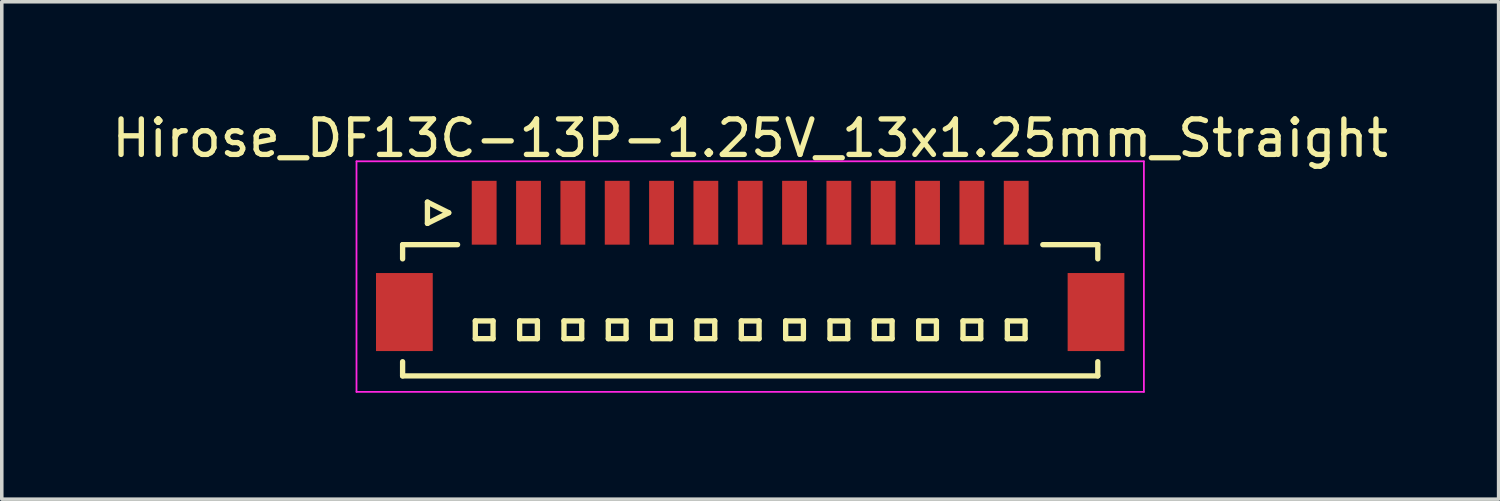
<source format=kicad_pcb>
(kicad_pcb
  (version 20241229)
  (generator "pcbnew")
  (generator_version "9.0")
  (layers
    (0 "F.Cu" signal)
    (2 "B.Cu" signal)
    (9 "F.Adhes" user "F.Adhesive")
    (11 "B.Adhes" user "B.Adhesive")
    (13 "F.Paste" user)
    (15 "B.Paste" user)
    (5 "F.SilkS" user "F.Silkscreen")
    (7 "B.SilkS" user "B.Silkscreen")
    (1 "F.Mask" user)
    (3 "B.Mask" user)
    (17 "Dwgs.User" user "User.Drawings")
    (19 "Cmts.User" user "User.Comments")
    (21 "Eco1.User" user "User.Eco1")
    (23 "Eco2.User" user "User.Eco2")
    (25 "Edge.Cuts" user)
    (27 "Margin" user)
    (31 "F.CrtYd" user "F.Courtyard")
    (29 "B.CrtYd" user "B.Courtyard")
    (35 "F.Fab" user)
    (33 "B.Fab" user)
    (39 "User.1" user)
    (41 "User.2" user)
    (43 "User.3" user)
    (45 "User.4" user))
  (footprint "Hirose_DF13C-13P-1.25V_13x1.25mm_Straight"
    (layer "F.Cu")
    (at 18.101 4.348)
    (property "Reference" "Hirose_DF13C-13P-1.25V_13x1.25mm_Straight" (at 0 -3.5 0) (layer "F.SilkS") (effects (font (size 1 1) (thickness 0.15))))
    (attr smd)
    (fp_line (start -9.8 -0.5) (end -9.8 -0.1) (stroke (width 0.15) (type solid)) (layer "F.SilkS"))
    (fp_line (start -9.8 -0.5) (end -8.25 -0.5) (stroke (width 0.15) (type solid)) (layer "F.SilkS"))
    (fp_line (start -9.8 3.2) (end -9.8 2.8) (stroke (width 0.15) (type solid)) (layer "F.SilkS"))
    (fp_line (start -9.8 3.2) (end 9.8 3.2) (stroke (width 0.15) (type solid)) (layer "F.SilkS"))
    (fp_line (start -9.1 -1.7) (end -9.1 -1.1) (stroke (width 0.15) (type solid)) (layer "F.SilkS"))
    (fp_line (start -9.1 -1.1) (end -8.5 -1.4) (stroke (width 0.15) (type solid)) (layer "F.SilkS"))
    (fp_line (start -8.5 -1.4) (end -9.1 -1.7) (stroke (width 0.15) (type solid)) (layer "F.SilkS"))
    (fp_line (start -7.75 1.65) (end -7.75 2.15) (stroke (width 0.15) (type solid)) (layer "F.SilkS"))
    (fp_line (start -7.75 2.15) (end -7.25 2.15) (stroke (width 0.15) (type solid)) (layer "F.SilkS"))
    (fp_line (start -7.25 1.65) (end -7.75 1.65) (stroke (width 0.15) (type solid)) (layer "F.SilkS"))
    (fp_line (start -7.25 2.15) (end -7.25 1.65) (stroke (width 0.15) (type solid)) (layer "F.SilkS"))
    (fp_line (start -6.5 1.65) (end -6.5 2.15) (stroke (width 0.15) (type solid)) (layer "F.SilkS"))
    (fp_line (start -6.5 2.15) (end -6 2.15) (stroke (width 0.15) (type solid)) (layer "F.SilkS"))
    (fp_line (start -6 1.65) (end -6.5 1.65) (stroke (width 0.15) (type solid)) (layer "F.SilkS"))
    (fp_line (start -6 2.15) (end -6 1.65) (stroke (width 0.15) (type solid)) (layer "F.SilkS"))
    (fp_line (start -5.25 1.65) (end -5.25 2.15) (stroke (width 0.15) (type solid)) (layer "F.SilkS"))
    (fp_line (start -5.25 2.15) (end -4.75 2.15) (stroke (width 0.15) (type solid)) (layer "F.SilkS"))
    (fp_line (start -4.75 1.65) (end -5.25 1.65) (stroke (width 0.15) (type solid)) (layer "F.SilkS"))
    (fp_line (start -4.75 2.15) (end -4.75 1.65) (stroke (width 0.15) (type solid)) (layer "F.SilkS"))
    (fp_line (start -4 1.65) (end -4 2.15) (stroke (width 0.15) (type solid)) (layer "F.SilkS"))
    (fp_line (start -4 2.15) (end -3.5 2.15) (stroke (width 0.15) (type solid)) (layer "F.SilkS"))
    (fp_line (start -3.5 1.65) (end -4 1.65) (stroke (width 0.15) (type solid)) (layer "F.SilkS"))
    (fp_line (start -3.5 2.15) (end -3.5 1.65) (stroke (width 0.15) (type solid)) (layer "F.SilkS"))
    (fp_line (start -2.75 1.65) (end -2.75 2.15) (stroke (width 0.15) (type solid)) (layer "F.SilkS"))
    (fp_line (start -2.75 2.15) (end -2.25 2.15) (stroke (width 0.15) (type solid)) (layer "F.SilkS"))
    (fp_line (start -2.25 1.65) (end -2.75 1.65) (stroke (width 0.15) (type solid)) (layer "F.SilkS"))
    (fp_line (start -2.25 2.15) (end -2.25 1.65) (stroke (width 0.15) (type solid)) (layer "F.SilkS"))
    (fp_line (start -1.5 1.65) (end -1.5 2.15) (stroke (width 0.15) (type solid)) (layer "F.SilkS"))
    (fp_line (start -1.5 2.15) (end -1 2.15) (stroke (width 0.15) (type solid)) (layer "F.SilkS"))
    (fp_line (start -1 1.65) (end -1.5 1.65) (stroke (width 0.15) (type solid)) (layer "F.SilkS"))
    (fp_line (start -1 2.15) (end -1 1.65) (stroke (width 0.15) (type solid)) (layer "F.SilkS"))
    (fp_line (start -0.25 1.65) (end -0.25 2.15) (stroke (width 0.15) (type solid)) (layer "F.SilkS"))
    (fp_line (start -0.25 2.15) (end 0.25 2.15) (stroke (width 0.15) (type solid)) (layer "F.SilkS"))
    (fp_line (start 0.25 1.65) (end -0.25 1.65) (stroke (width 0.15) (type solid)) (layer "F.SilkS"))
    (fp_line (start 0.25 2.15) (end 0.25 1.65) (stroke (width 0.15) (type solid)) (layer "F.SilkS"))
    (fp_line (start 1 1.65) (end 1 2.15) (stroke (width 0.15) (type solid)) (layer "F.SilkS"))
    (fp_line (start 1 2.15) (end 1.5 2.15) (stroke (width 0.15) (type solid)) (layer "F.SilkS"))
    (fp_line (start 1.5 1.65) (end 1 1.65) (stroke (width 0.15) (type solid)) (layer "F.SilkS"))
    (fp_line (start 1.5 2.15) (end 1.5 1.65) (stroke (width 0.15) (type solid)) (layer "F.SilkS"))
    (fp_line (start 2.25 1.65) (end 2.25 2.15) (stroke (width 0.15) (type solid)) (layer "F.SilkS"))
    (fp_line (start 2.25 2.15) (end 2.75 2.15) (stroke (width 0.15) (type solid)) (layer "F.SilkS"))
    (fp_line (start 2.75 1.65) (end 2.25 1.65) (stroke (width 0.15) (type solid)) (layer "F.SilkS"))
    (fp_line (start 2.75 2.15) (end 2.75 1.65) (stroke (width 0.15) (type solid)) (layer "F.SilkS"))
    (fp_line (start 3.5 1.65) (end 3.5 2.15) (stroke (width 0.15) (type solid)) (layer "F.SilkS"))
    (fp_line (start 3.5 2.15) (end 4 2.15) (stroke (width 0.15) (type solid)) (layer "F.SilkS"))
    (fp_line (start 4 1.65) (end 3.5 1.65) (stroke (width 0.15) (type solid)) (layer "F.SilkS"))
    (fp_line (start 4 2.15) (end 4 1.65) (stroke (width 0.15) (type solid)) (layer "F.SilkS"))
    (fp_line (start 4.75 1.65) (end 4.75 2.15) (stroke (width 0.15) (type solid)) (layer "F.SilkS"))
    (fp_line (start 4.75 2.15) (end 5.25 2.15) (stroke (width 0.15) (type solid)) (layer "F.SilkS"))
    (fp_line (start 5.25 1.65) (end 4.75 1.65) (stroke (width 0.15) (type solid)) (layer "F.SilkS"))
    (fp_line (start 5.25 2.15) (end 5.25 1.65) (stroke (width 0.15) (type solid)) (layer "F.SilkS"))
    (fp_line (start 6 1.65) (end 6 2.15) (stroke (width 0.15) (type solid)) (layer "F.SilkS"))
    (fp_line (start 6 2.15) (end 6.5 2.15) (stroke (width 0.15) (type solid)) (layer "F.SilkS"))
    (fp_line (start 6.5 1.65) (end 6 1.65) (stroke (width 0.15) (type solid)) (layer "F.SilkS"))
    (fp_line (start 6.5 2.15) (end 6.5 1.65) (stroke (width 0.15) (type solid)) (layer "F.SilkS"))
    (fp_line (start 7.25 1.65) (end 7.25 2.15) (stroke (width 0.15) (type solid)) (layer "F.SilkS"))
    (fp_line (start 7.25 2.15) (end 7.75 2.15) (stroke (width 0.15) (type solid)) (layer "F.SilkS"))
    (fp_line (start 7.75 1.65) (end 7.25 1.65) (stroke (width 0.15) (type solid)) (layer "F.SilkS"))
    (fp_line (start 7.75 2.15) (end 7.75 1.65) (stroke (width 0.15) (type solid)) (layer "F.SilkS"))
    (fp_line (start 9.8 -0.5) (end 8.25 -0.5) (stroke (width 0.15) (type solid)) (layer "F.SilkS"))
    (fp_line (start 9.8 -0.5) (end 9.8 -0.1) (stroke (width 0.15) (type solid)) (layer "F.SilkS"))
    (fp_line (start 9.8 3.2) (end 9.8 2.8) (stroke (width 0.15) (type solid)) (layer "F.SilkS"))
    (fp_line (start -11.1 -2.85) (end -11.1 3.65) (stroke (width 0.05) (type solid)) (layer "F.CrtYd"))
    (fp_line (start -11.1 3.65) (end 11.1 3.65) (stroke (width 0.05) (type solid)) (layer "F.CrtYd"))
    (fp_line (start 11.1 -2.85) (end -11.1 -2.85) (stroke (width 0.05) (type solid)) (layer "F.CrtYd"))
    (fp_line (start 11.1 3.65) (end 11.1 -2.85) (stroke (width 0.05) (type solid)) (layer "F.CrtYd"))
    (pad "" smd rect (at -9.75 1.4) (size 1.6 2.2) (layers "F.Cu" "F.Mask" "F.Paste"))
    (pad "" smd rect (at 9.75 1.4) (size 1.6 2.2) (layers "F.Cu" "F.Mask" "F.Paste"))
    (pad "1" smd rect (at -7.5 -1.4) (size 0.7 1.8) (layers "F.Cu" "F.Mask" "F.Paste"))
    (pad "2" smd rect (at -6.25 -1.4) (size 0.7 1.8) (layers "F.Cu" "F.Mask" "F.Paste"))
    (pad "3" smd rect (at -5 -1.4) (size 0.7 1.8) (layers "F.Cu" "F.Mask" "F.Paste"))
    (pad "4" smd rect (at -3.75 -1.4) (size 0.7 1.8) (layers "F.Cu" "F.Mask" "F.Paste"))
    (pad "5" smd rect (at -2.5 -1.4) (size 0.7 1.8) (layers "F.Cu" "F.Mask" "F.Paste"))
    (pad "6" smd rect (at -1.25 -1.4) (size 0.7 1.8) (layers "F.Cu" "F.Mask" "F.Paste"))
    (pad "7" smd rect (at 0 -1.4) (size 0.7 1.8) (layers "F.Cu" "F.Mask" "F.Paste"))
    (pad "8" smd rect (at 1.25 -1.4) (size 0.7 1.8) (layers "F.Cu" "F.Mask" "F.Paste"))
    (pad "9" smd rect (at 2.5 -1.4) (size 0.7 1.8) (layers "F.Cu" "F.Mask" "F.Paste"))
    (pad "10" smd rect (at 3.75 -1.4) (size 0.7 1.8) (layers "F.Cu" "F.Mask" "F.Paste"))
    (pad "11" smd rect (at 5 -1.4) (size 0.7 1.8) (layers "F.Cu" "F.Mask" "F.Paste"))
    (pad "12" smd rect (at 6.25 -1.4) (size 0.7 1.8) (layers "F.Cu" "F.Mask" "F.Paste"))
    (pad "13" smd rect (at 7.5 -1.4) (size 0.7 1.8) (layers "F.Cu" "F.Mask" "F.Paste")))
  (gr_rect
    (start -3 -3)
    (end 39.202 11.023)
    (stroke (width 0.1) (type default))
    (fill no)
    (layer "Edge.Cuts")))
</source>
